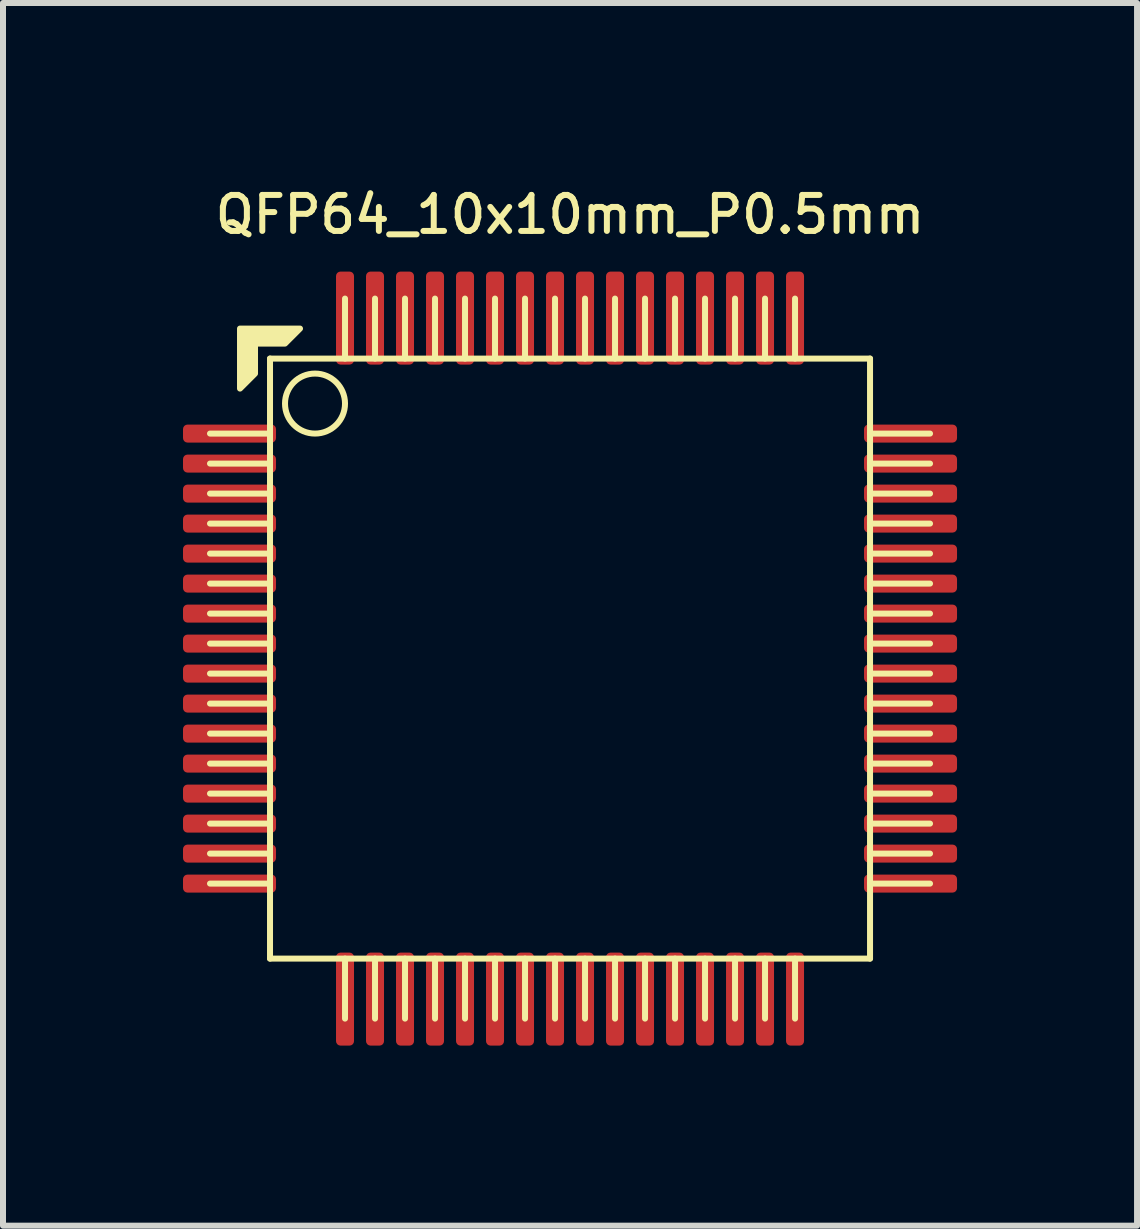
<source format=kicad_pcb>
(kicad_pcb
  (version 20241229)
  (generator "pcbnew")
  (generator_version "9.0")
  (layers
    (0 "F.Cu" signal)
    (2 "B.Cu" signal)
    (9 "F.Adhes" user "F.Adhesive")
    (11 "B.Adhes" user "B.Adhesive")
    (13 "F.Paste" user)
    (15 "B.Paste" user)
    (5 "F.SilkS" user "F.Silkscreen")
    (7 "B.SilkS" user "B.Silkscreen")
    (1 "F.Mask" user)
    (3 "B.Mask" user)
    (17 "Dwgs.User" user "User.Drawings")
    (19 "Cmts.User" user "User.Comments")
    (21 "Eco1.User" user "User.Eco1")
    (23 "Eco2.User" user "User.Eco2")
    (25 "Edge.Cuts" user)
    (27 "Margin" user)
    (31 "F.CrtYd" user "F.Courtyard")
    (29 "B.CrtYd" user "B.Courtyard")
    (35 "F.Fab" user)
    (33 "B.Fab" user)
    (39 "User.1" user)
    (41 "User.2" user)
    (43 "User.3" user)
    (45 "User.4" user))
  (footprint "QFP64_10x10mm_P0.5mm"
    (layer "F.Cu")
    (at 6.45 7.926)
    (property "Reference" "QFP64_10x10mm_P0.5mm" (at 0 -7.4 0) (layer "F.SilkS") (effects (font (size 0.6 0.6) (thickness 0.1))))
    (attr smd)
    (fp_line (start -5 -5) (end 5 -5) (stroke (width 0.1) (type solid)) (layer "F.SilkS"))
    (fp_line (start -5 -3.75) (end -6 -3.75) (stroke (width 0.1) (type solid)) (layer "F.SilkS"))
    (fp_line (start -5 -3.25) (end -6 -3.25) (stroke (width 0.1) (type solid)) (layer "F.SilkS"))
    (fp_line (start -5 -2.75) (end -6 -2.75) (stroke (width 0.1) (type solid)) (layer "F.SilkS"))
    (fp_line (start -5 -2.25) (end -6 -2.25) (stroke (width 0.1) (type solid)) (layer "F.SilkS"))
    (fp_line (start -5 -1.75) (end -6 -1.75) (stroke (width 0.1) (type solid)) (layer "F.SilkS"))
    (fp_line (start -5 -1.25) (end -6 -1.25) (stroke (width 0.1) (type solid)) (layer "F.SilkS"))
    (fp_line (start -5 -0.75) (end -6 -0.75) (stroke (width 0.1) (type solid)) (layer "F.SilkS"))
    (fp_line (start -5 -0.25) (end -6 -0.25) (stroke (width 0.1) (type solid)) (layer "F.SilkS"))
    (fp_line (start -5 0.25) (end -6 0.25) (stroke (width 0.1) (type solid)) (layer "F.SilkS"))
    (fp_line (start -5 0.75) (end -6 0.75) (stroke (width 0.1) (type solid)) (layer "F.SilkS"))
    (fp_line (start -5 1.25) (end -6 1.25) (stroke (width 0.1) (type solid)) (layer "F.SilkS"))
    (fp_line (start -5 1.75) (end -6 1.75) (stroke (width 0.1) (type solid)) (layer "F.SilkS"))
    (fp_line (start -5 2.25) (end -6 2.25) (stroke (width 0.1) (type solid)) (layer "F.SilkS"))
    (fp_line (start -5 2.75) (end -6 2.75) (stroke (width 0.1) (type solid)) (layer "F.SilkS"))
    (fp_line (start -5 3.25) (end -6 3.25) (stroke (width 0.1) (type solid)) (layer "F.SilkS"))
    (fp_line (start -5 3.75) (end -6 3.75) (stroke (width 0.1) (type solid)) (layer "F.SilkS"))
    (fp_line (start -5 5) (end -5 -5) (stroke (width 0.1) (type solid)) (layer "F.SilkS"))
    (fp_line (start -3.75 -5) (end -3.75 -6) (stroke (width 0.1) (type solid)) (layer "F.SilkS"))
    (fp_line (start -3.75 5) (end -3.75 6) (stroke (width 0.1) (type solid)) (layer "F.SilkS"))
    (fp_line (start -3.25 -5) (end -3.25 -6) (stroke (width 0.1) (type solid)) (layer "F.SilkS"))
    (fp_line (start -3.25 5) (end -3.25 6) (stroke (width 0.1) (type solid)) (layer "F.SilkS"))
    (fp_line (start -2.75 -5) (end -2.75 -6) (stroke (width 0.1) (type solid)) (layer "F.SilkS"))
    (fp_line (start -2.75 5) (end -2.75 6) (stroke (width 0.1) (type solid)) (layer "F.SilkS"))
    (fp_line (start -2.25 -5) (end -2.25 -6) (stroke (width 0.1) (type solid)) (layer "F.SilkS"))
    (fp_line (start -2.25 5) (end -2.25 6) (stroke (width 0.1) (type solid)) (layer "F.SilkS"))
    (fp_line (start -1.75 -5) (end -1.75 -6) (stroke (width 0.1) (type solid)) (layer "F.SilkS"))
    (fp_line (start -1.75 5) (end -1.75 6) (stroke (width 0.1) (type solid)) (layer "F.SilkS"))
    (fp_line (start -1.25 -5) (end -1.25 -6) (stroke (width 0.1) (type solid)) (layer "F.SilkS"))
    (fp_line (start -1.25 5) (end -1.25 6) (stroke (width 0.1) (type solid)) (layer "F.SilkS"))
    (fp_line (start -0.75 -5) (end -0.75 -6) (stroke (width 0.1) (type solid)) (layer "F.SilkS"))
    (fp_line (start -0.75 5) (end -0.75 6) (stroke (width 0.1) (type solid)) (layer "F.SilkS"))
    (fp_line (start -0.25 -5) (end -0.25 -6) (stroke (width 0.1) (type solid)) (layer "F.SilkS"))
    (fp_line (start -0.25 5) (end -0.25 6) (stroke (width 0.1) (type solid)) (layer "F.SilkS"))
    (fp_line (start 0.25 -5) (end 0.25 -6) (stroke (width 0.1) (type solid)) (layer "F.SilkS"))
    (fp_line (start 0.25 5) (end 0.25 6) (stroke (width 0.1) (type solid)) (layer "F.SilkS"))
    (fp_line (start 0.75 -5) (end 0.75 -6) (stroke (width 0.1) (type solid)) (layer "F.SilkS"))
    (fp_line (start 0.75 5) (end 0.75 6) (stroke (width 0.1) (type solid)) (layer "F.SilkS"))
    (fp_line (start 1.25 -5) (end 1.25 -6) (stroke (width 0.1) (type solid)) (layer "F.SilkS"))
    (fp_line (start 1.25 5) (end 1.25 6) (stroke (width 0.1) (type solid)) (layer "F.SilkS"))
    (fp_line (start 1.75 -5) (end 1.75 -6) (stroke (width 0.1) (type solid)) (layer "F.SilkS"))
    (fp_line (start 1.75 5) (end 1.75 6) (stroke (width 0.1) (type solid)) (layer "F.SilkS"))
    (fp_line (start 2.25 -5) (end 2.25 -6) (stroke (width 0.1) (type solid)) (layer "F.SilkS"))
    (fp_line (start 2.25 5) (end 2.25 6) (stroke (width 0.1) (type solid)) (layer "F.SilkS"))
    (fp_line (start 2.75 -5) (end 2.75 -6) (stroke (width 0.1) (type solid)) (layer "F.SilkS"))
    (fp_line (start 2.75 5) (end 2.75 6) (stroke (width 0.1) (type solid)) (layer "F.SilkS"))
    (fp_line (start 3.25 -5) (end 3.25 -6) (stroke (width 0.1) (type solid)) (layer "F.SilkS"))
    (fp_line (start 3.25 5) (end 3.25 6) (stroke (width 0.1) (type solid)) (layer "F.SilkS"))
    (fp_line (start 3.75 -5) (end 3.75 -6) (stroke (width 0.1) (type solid)) (layer "F.SilkS"))
    (fp_line (start 3.75 5) (end 3.75 6) (stroke (width 0.1) (type solid)) (layer "F.SilkS"))
    (fp_line (start 5 -5) (end 5 5) (stroke (width 0.1) (type solid)) (layer "F.SilkS"))
    (fp_line (start 5 -3.75) (end 6 -3.75) (stroke (width 0.1) (type solid)) (layer "F.SilkS"))
    (fp_line (start 5 -3.25) (end 6 -3.25) (stroke (width 0.1) (type solid)) (layer "F.SilkS"))
    (fp_line (start 5 -2.75) (end 6 -2.75) (stroke (width 0.1) (type solid)) (layer "F.SilkS"))
    (fp_line (start 5 -2.25) (end 6 -2.25) (stroke (width 0.1) (type solid)) (layer "F.SilkS"))
    (fp_line (start 5 -1.75) (end 6 -1.75) (stroke (width 0.1) (type solid)) (layer "F.SilkS"))
    (fp_line (start 5 -1.25) (end 6 -1.25) (stroke (width 0.1) (type solid)) (layer "F.SilkS"))
    (fp_line (start 5 -0.75) (end 6 -0.75) (stroke (width 0.1) (type solid)) (layer "F.SilkS"))
    (fp_line (start 5 -0.25) (end 6 -0.25) (stroke (width 0.1) (type solid)) (layer "F.SilkS"))
    (fp_line (start 5 0.25) (end 6 0.25) (stroke (width 0.1) (type solid)) (layer "F.SilkS"))
    (fp_line (start 5 0.75) (end 6 0.75) (stroke (width 0.1) (type solid)) (layer "F.SilkS"))
    (fp_line (start 5 1.25) (end 6 1.25) (stroke (width 0.1) (type solid)) (layer "F.SilkS"))
    (fp_line (start 5 1.75) (end 6 1.75) (stroke (width 0.1) (type solid)) (layer "F.SilkS"))
    (fp_line (start 5 2.25) (end 6 2.25) (stroke (width 0.1) (type solid)) (layer "F.SilkS"))
    (fp_line (start 5 2.75) (end 6 2.75) (stroke (width 0.1) (type solid)) (layer "F.SilkS"))
    (fp_line (start 5 3.25) (end 6 3.25) (stroke (width 0.1) (type solid)) (layer "F.SilkS"))
    (fp_line (start 5 3.75) (end 6 3.75) (stroke (width 0.1) (type solid)) (layer "F.SilkS"))
    (fp_line (start 5 5) (end -5 5) (stroke (width 0.1) (type solid)) (layer "F.SilkS"))
    (fp_circle (center -4.25 -4.25) (end -3.75 -4.25) (stroke (width 0.1) (type solid)) (fill no) (layer "F.SilkS"))
    (fp_poly (pts (xy -4.75 -5.25) (xy -5.25 -5.25) (xy -5.25 -4.75) (xy -5.5 -4.5) (xy -5.5 -5.5) (xy -4.5 -5.5)) (stroke (width 0.1) (type solid)) (fill yes) (layer "F.SilkS"))
    (pad "1" smd roundrect (at -5.675 -3.75) (size 1.55 0.3) (layers "F.Cu" "F.Mask" "F.Paste") (roundrect_rratio 0.25))
    (pad "2" smd roundrect (at -5.675 -3.25) (size 1.55 0.3) (layers "F.Cu" "F.Mask" "F.Paste") (roundrect_rratio 0.25))
    (pad "3" smd roundrect (at -5.675 -2.75) (size 1.55 0.3) (layers "F.Cu" "F.Mask" "F.Paste") (roundrect_rratio 0.25))
    (pad "4" smd roundrect (at -5.675 -2.25) (size 1.55 0.3) (layers "F.Cu" "F.Mask" "F.Paste") (roundrect_rratio 0.25))
    (pad "5" smd roundrect (at -5.675 -1.75) (size 1.55 0.3) (layers "F.Cu" "F.Mask" "F.Paste") (roundrect_rratio 0.25))
    (pad "6" smd roundrect (at -5.675 -1.25) (size 1.55 0.3) (layers "F.Cu" "F.Mask" "F.Paste") (roundrect_rratio 0.25))
    (pad "7" smd roundrect (at -5.675 -0.75) (size 1.55 0.3) (layers "F.Cu" "F.Mask" "F.Paste") (roundrect_rratio 0.25))
    (pad "8" smd roundrect (at -5.675 -0.25) (size 1.55 0.3) (layers "F.Cu" "F.Mask" "F.Paste") (roundrect_rratio 0.25))
    (pad "9" smd roundrect (at -5.675 0.25) (size 1.55 0.3) (layers "F.Cu" "F.Mask" "F.Paste") (roundrect_rratio 0.25))
    (pad "10" smd roundrect (at -5.675 0.75) (size 1.55 0.3) (layers "F.Cu" "F.Mask" "F.Paste") (roundrect_rratio 0.25))
    (pad "11" smd roundrect (at -5.675 1.25) (size 1.55 0.3) (layers "F.Cu" "F.Mask" "F.Paste") (roundrect_rratio 0.25))
    (pad "12" smd roundrect (at -5.675 1.75) (size 1.55 0.3) (layers "F.Cu" "F.Mask" "F.Paste") (roundrect_rratio 0.25))
    (pad "13" smd roundrect (at -5.675 2.25) (size 1.55 0.3) (layers "F.Cu" "F.Mask" "F.Paste") (roundrect_rratio 0.25))
    (pad "14" smd roundrect (at -5.675 2.75) (size 1.55 0.3) (layers "F.Cu" "F.Mask" "F.Paste") (roundrect_rratio 0.25))
    (pad "15" smd roundrect (at -5.675 3.25) (size 1.55 0.3) (layers "F.Cu" "F.Mask" "F.Paste") (roundrect_rratio 0.25))
    (pad "16" smd roundrect (at -5.675 3.75) (size 1.55 0.3) (layers "F.Cu" "F.Mask" "F.Paste") (roundrect_rratio 0.25))
    (pad "17" smd roundrect (at -3.75 5.675) (size 0.3 1.55) (layers "F.Cu" "F.Mask" "F.Paste") (roundrect_rratio 0.25))
    (pad "18" smd roundrect (at -3.25 5.675) (size 0.3 1.55) (layers "F.Cu" "F.Mask" "F.Paste") (roundrect_rratio 0.25))
    (pad "19" smd roundrect (at -2.75 5.675) (size 0.3 1.55) (layers "F.Cu" "F.Mask" "F.Paste") (roundrect_rratio 0.25))
    (pad "20" smd roundrect (at -2.25 5.675) (size 0.3 1.55) (layers "F.Cu" "F.Mask" "F.Paste") (roundrect_rratio 0.25))
    (pad "21" smd roundrect (at -1.75 5.675) (size 0.3 1.55) (layers "F.Cu" "F.Mask" "F.Paste") (roundrect_rratio 0.25))
    (pad "22" smd roundrect (at -1.25 5.675) (size 0.3 1.55) (layers "F.Cu" "F.Mask" "F.Paste") (roundrect_rratio 0.25))
    (pad "23" smd roundrect (at -0.75 5.675) (size 0.3 1.55) (layers "F.Cu" "F.Mask" "F.Paste") (roundrect_rratio 0.25))
    (pad "24" smd roundrect (at -0.25 5.675) (size 0.3 1.55) (layers "F.Cu" "F.Mask" "F.Paste") (roundrect_rratio 0.25))
    (pad "25" smd roundrect (at 0.25 5.675) (size 0.3 1.55) (layers "F.Cu" "F.Mask" "F.Paste") (roundrect_rratio 0.25))
    (pad "26" smd roundrect (at 0.75 5.675) (size 0.3 1.55) (layers "F.Cu" "F.Mask" "F.Paste") (roundrect_rratio 0.25))
    (pad "27" smd roundrect (at 1.25 5.675) (size 0.3 1.55) (layers "F.Cu" "F.Mask" "F.Paste") (roundrect_rratio 0.25))
    (pad "28" smd roundrect (at 1.75 5.675) (size 0.3 1.55) (layers "F.Cu" "F.Mask" "F.Paste") (roundrect_rratio 0.25))
    (pad "29" smd roundrect (at 2.25 5.675) (size 0.3 1.55) (layers "F.Cu" "F.Mask" "F.Paste") (roundrect_rratio 0.25))
    (pad "30" smd roundrect (at 2.75 5.675) (size 0.3 1.55) (layers "F.Cu" "F.Mask" "F.Paste") (roundrect_rratio 0.25))
    (pad "31" smd roundrect (at 3.25 5.675) (size 0.3 1.55) (layers "F.Cu" "F.Mask" "F.Paste") (roundrect_rratio 0.25))
    (pad "32" smd roundrect (at 3.75 5.675) (size 0.3 1.55) (layers "F.Cu" "F.Mask" "F.Paste") (roundrect_rratio 0.25))
    (pad "33" smd roundrect (at 5.675 3.75) (size 1.55 0.3) (layers "F.Cu" "F.Mask" "F.Paste") (roundrect_rratio 0.25))
    (pad "34" smd roundrect (at 5.675 3.25) (size 1.55 0.3) (layers "F.Cu" "F.Mask" "F.Paste") (roundrect_rratio 0.25))
    (pad "35" smd roundrect (at 5.675 2.75) (size 1.55 0.3) (layers "F.Cu" "F.Mask" "F.Paste") (roundrect_rratio 0.25))
    (pad "36" smd roundrect (at 5.675 2.25) (size 1.55 0.3) (layers "F.Cu" "F.Mask" "F.Paste") (roundrect_rratio 0.25))
    (pad "37" smd roundrect (at 5.675 1.75) (size 1.55 0.3) (layers "F.Cu" "F.Mask" "F.Paste") (roundrect_rratio 0.25))
    (pad "38" smd roundrect (at 5.675 1.25) (size 1.55 0.3) (layers "F.Cu" "F.Mask" "F.Paste") (roundrect_rratio 0.25))
    (pad "39" smd roundrect (at 5.675 0.75) (size 1.55 0.3) (layers "F.Cu" "F.Mask" "F.Paste") (roundrect_rratio 0.25))
    (pad "40" smd roundrect (at 5.675 0.25) (size 1.55 0.3) (layers "F.Cu" "F.Mask" "F.Paste") (roundrect_rratio 0.25))
    (pad "41" smd roundrect (at 5.675 -0.25) (size 1.55 0.3) (layers "F.Cu" "F.Mask" "F.Paste") (roundrect_rratio 0.25))
    (pad "42" smd roundrect (at 5.675 -0.75) (size 1.55 0.3) (layers "F.Cu" "F.Mask" "F.Paste") (roundrect_rratio 0.25))
    (pad "43" smd roundrect (at 5.675 -1.25) (size 1.55 0.3) (layers "F.Cu" "F.Mask" "F.Paste") (roundrect_rratio 0.25))
    (pad "44" smd roundrect (at 5.675 -1.75) (size 1.55 0.3) (layers "F.Cu" "F.Mask" "F.Paste") (roundrect_rratio 0.25))
    (pad "45" smd roundrect (at 5.675 -2.25) (size 1.55 0.3) (layers "F.Cu" "F.Mask" "F.Paste") (roundrect_rratio 0.25))
    (pad "46" smd roundrect (at 5.675 -2.75) (size 1.55 0.3) (layers "F.Cu" "F.Mask" "F.Paste") (roundrect_rratio 0.25))
    (pad "47" smd roundrect (at 5.675 -3.25) (size 1.55 0.3) (layers "F.Cu" "F.Mask" "F.Paste") (roundrect_rratio 0.25))
    (pad "48" smd roundrect (at 5.675 -3.75) (size 1.55 0.3) (layers "F.Cu" "F.Mask" "F.Paste") (roundrect_rratio 0.25))
    (pad "49" smd roundrect (at 3.75 -5.675) (size 0.3 1.55) (layers "F.Cu" "F.Mask" "F.Paste") (roundrect_rratio 0.25))
    (pad "50" smd roundrect (at 3.25 -5.675) (size 0.3 1.55) (layers "F.Cu" "F.Mask" "F.Paste") (roundrect_rratio 0.25))
    (pad "51" smd roundrect (at 2.75 -5.675) (size 0.3 1.55) (layers "F.Cu" "F.Mask" "F.Paste") (roundrect_rratio 0.25))
    (pad "52" smd roundrect (at 2.25 -5.675) (size 0.3 1.55) (layers "F.Cu" "F.Mask" "F.Paste") (roundrect_rratio 0.25))
    (pad "53" smd roundrect (at 1.75 -5.675) (size 0.3 1.55) (layers "F.Cu" "F.Mask" "F.Paste") (roundrect_rratio 0.25))
    (pad "54" smd roundrect (at 1.25 -5.675) (size 0.3 1.55) (layers "F.Cu" "F.Mask" "F.Paste") (roundrect_rratio 0.25))
    (pad "55" smd roundrect (at 0.75 -5.675) (size 0.3 1.55) (layers "F.Cu" "F.Mask" "F.Paste") (roundrect_rratio 0.25))
    (pad "56" smd roundrect (at 0.25 -5.675) (size 0.3 1.55) (layers "F.Cu" "F.Mask" "F.Paste") (roundrect_rratio 0.25))
    (pad "57" smd roundrect (at -0.25 -5.675) (size 0.3 1.55) (layers "F.Cu" "F.Mask" "F.Paste") (roundrect_rratio 0.25))
    (pad "58" smd roundrect (at -0.75 -5.675) (size 0.3 1.55) (layers "F.Cu" "F.Mask" "F.Paste") (roundrect_rratio 0.25))
    (pad "59" smd roundrect (at -1.25 -5.675) (size 0.3 1.55) (layers "F.Cu" "F.Mask" "F.Paste") (roundrect_rratio 0.25))
    (pad "60" smd roundrect (at -1.75 -5.675) (size 0.3 1.55) (layers "F.Cu" "F.Mask" "F.Paste") (roundrect_rratio 0.25))
    (pad "61" smd roundrect (at -2.25 -5.675) (size 0.3 1.55) (layers "F.Cu" "F.Mask" "F.Paste") (roundrect_rratio 0.25))
    (pad "62" smd roundrect (at -2.75 -5.675) (size 0.3 1.55) (layers "F.Cu" "F.Mask" "F.Paste") (roundrect_rratio 0.25))
    (pad "63" smd roundrect (at -3.25 -5.675) (size 0.3 1.55) (layers "F.Cu" "F.Mask" "F.Paste") (roundrect_rratio 0.25))
    (pad "64" smd roundrect (at -3.75 -5.675) (size 0.3 1.55) (layers "F.Cu" "F.Mask" "F.Paste") (roundrect_rratio 0.25)))
  (gr_rect
    (start -3 -3)
    (end 15.9 17.377)
    (stroke (width 0.1) (type default))
    (fill no)
    (layer "Edge.Cuts")))
</source>
